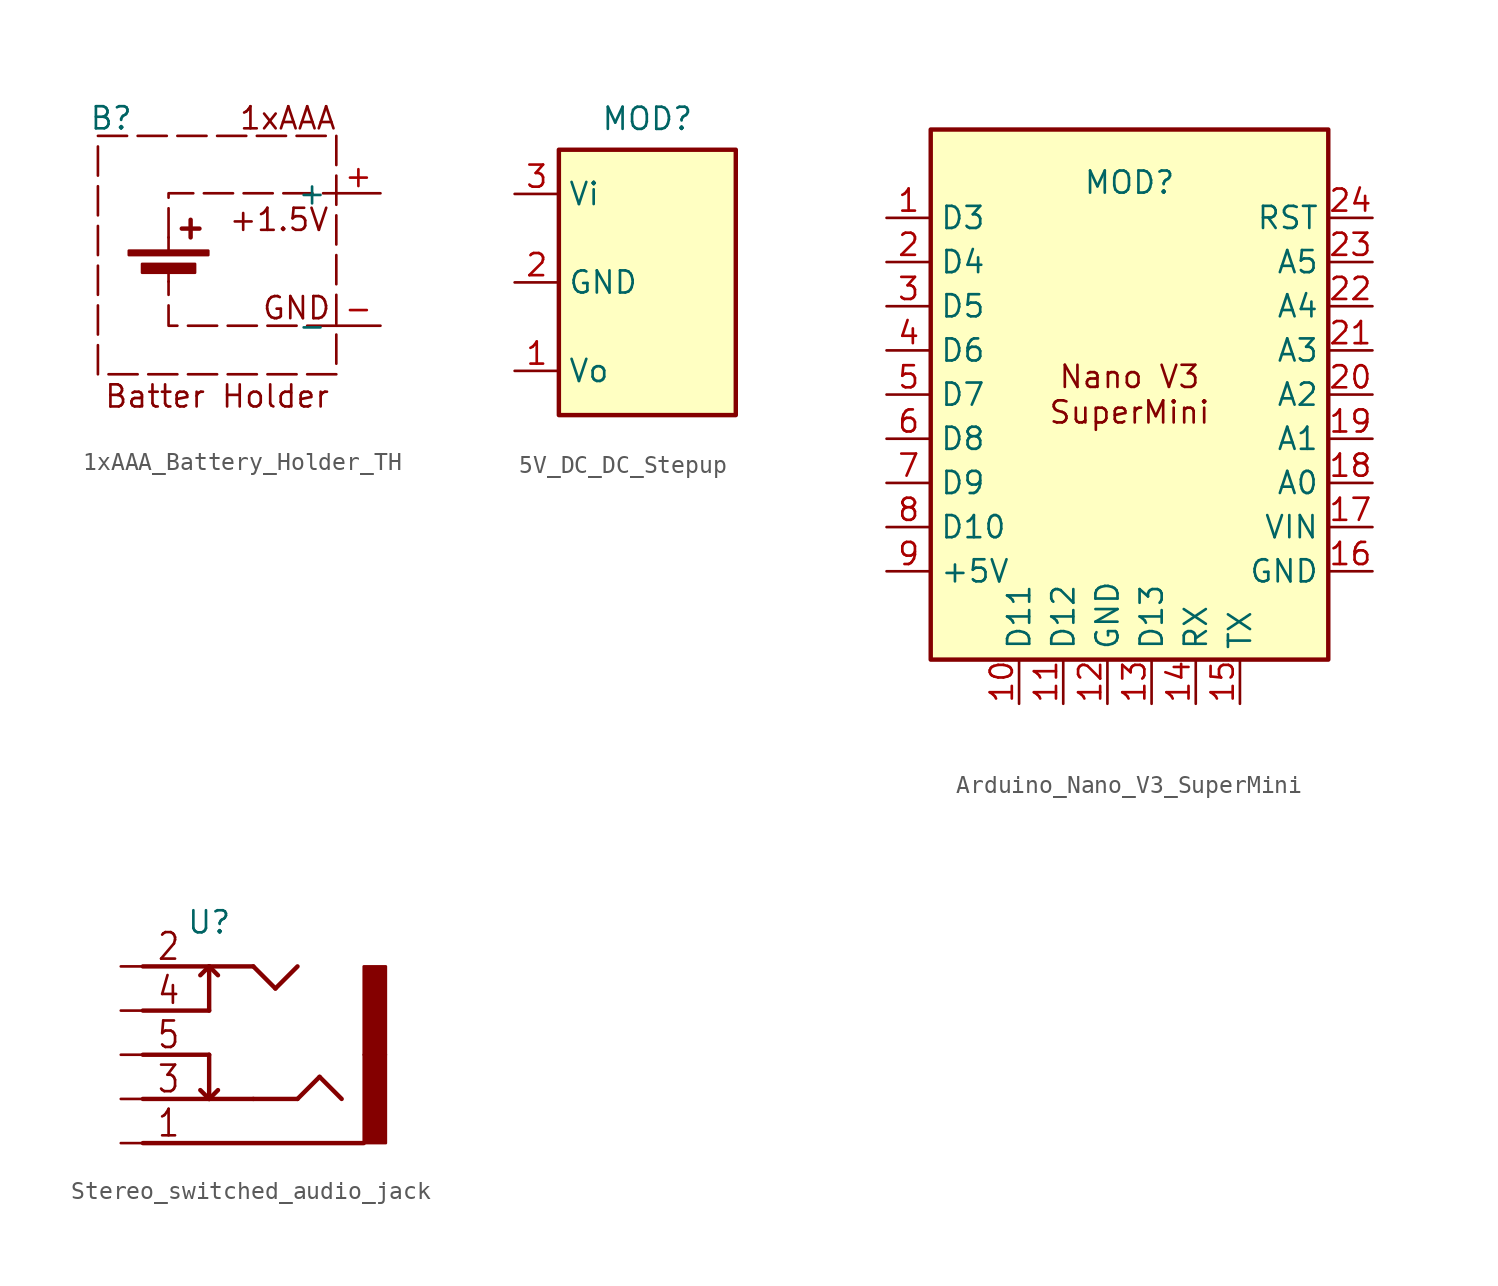
<source format=kicad_sym>
(kicad_symbol_lib
  (version 20231120)
  (generator "kicad_symbol_editor")
  (generator_version "8.0")
  (symbol "1xAAA_Battery_Holder_TH"
    (property "Reference" "B"
      (at -6.604 8.128 0)
      (effects (font (size 1.27 1.27))))
    (property "Value" ""
      (at 3.81 0 0)
      (effects (font (size 1.27 1.27))))
    (symbol "1xAAA_Battery_Holder_TH_0_1"
      (rectangle (start -5.588 0.508) (end -1.016 0.254) (stroke (width 0) (type default)) (fill (type outline)))
      (rectangle (start -4.826 -0.254) (end -1.778 -0.762) (stroke (width 0) (type default)) (fill (type outline)))
      (polyline (pts (xy -3.302 -0.508) (xy -3.302 -1.27)) (stroke (width 0) (type default)) (fill (type none)))
      (polyline (pts (xy -3.302 0.508) (xy -3.302 1.27)) (stroke (width 0) (type default)) (fill (type none)))
      (polyline (pts (xy -2.54 1.778) (xy -1.524 1.778)) (stroke (width 0.254) (type default)) (fill (type none)))
      (polyline (pts (xy -2.032 2.286) (xy -2.032 1.27)) (stroke (width 0.254) (type default)) (fill (type none))))
    (symbol "1xAAA_Battery_Holder_TH_1_1"
      (rectangle (start -7.366 7.112) (end 6.35 -6.604) (stroke (width 0) (type dash)) (fill (type none)))
      (polyline (pts (xy -3.302 1.27) (xy -3.302 3.81) (xy 6.35 3.81)) (stroke (width 0) (type default)) (fill (type none)))
      (polyline (pts (xy 6.35 -3.81) (xy -3.302 -3.81) (xy -3.302 -1.27)) (stroke (width 0) (type default)) (fill (type none)))
      (text "+1.5V" (at 3.048 2.286 0) (effects (font (size 1.27 1.27))))
      (text "1xAAA" (at 3.556 8.128 0) (effects (font (size 1.27 1.27))))
      (text "Batter Holder" (at -0.508 -7.874 0) (effects (font (size 1.27 1.27))))
      (text "GND" (at 4.064 -2.794 0) (effects (font (size 1.27 1.27))))
      (pin power_out line (at 8.89 3.81 180) (length 2.54) (name "+" (effects (font (size 1.27 1.27)))) (number "+" (effects (font (size 1.27 1.27)))))
      (pin power_out line (at 8.89 -3.81 180) (length 2.54) (name "-" (effects (font (size 1.27 1.27)))) (number "-" (effects (font (size 1.27 1.27)))))))
  (symbol "5V_DC_DC_Stepup"
    (property "Reference" "MOD"
      (at 0 9.398 0)
      (effects (font (size 1.27 1.27))))
    (property "Value" ""
      (at 0 10.16 0)
      (effects (font (size 1.27 1.27))))
    (symbol "5V_DC_DC_Stepup_0_1"
      (rectangle (start -5.08 7.62) (end 5.08 -7.62) (stroke (width 0.254) (type default)) (fill (type background))))
    (symbol "5V_DC_DC_Stepup_1_1"
      (pin power_out line (at -7.62 -5.08 0) (length 2.54) (name "Vo" (effects (font (size 1.27 1.27)))) (number "1" (effects (font (size 1.27 1.27)))))
      (pin power_in line (at -7.62 0 0) (length 2.54) (name "GND" (effects (font (size 1.27 1.27)))) (number "2" (effects (font (size 1.27 1.27)))))
      (pin power_in line (at -7.62 5.08 0) (length 2.54) (name "Vi" (effects (font (size 1.27 1.27)))) (number "3" (effects (font (size 1.27 1.27)))))))
  (symbol "Arduino_Nano_V3_SuperMini"
    (property "Reference" "MOD"
      (at 0 12.192 0)
      (effects (font (size 1.27 1.27))))
    (property "Value" ""
      (at 2.54 -8.89 0)
      (effects (font (size 1.27 1.27))))
    (symbol "Arduino_Nano_V3_SuperMini_0_1"
      (rectangle (start -11.43 15.24) (end 11.43 -15.24) (stroke (width 0.254) (type default)) (fill (type background))))
    (symbol "Arduino_Nano_V3_SuperMini_1_1"
      (text "Nano V3\nSuperMini" (at 0 0 0) (effects (font (size 1.27 1.27))))
      (pin bidirectional line (at -13.97 10.16 0) (length 2.54) (name "D3" (effects (font (size 1.27 1.27)))) (number "1" (effects (font (size 1.27 1.27)))))
      (pin bidirectional line (at -6.35 -17.78 90) (length 2.54) (name "D11" (effects (font (size 1.27 1.27)))) (number "10" (effects (font (size 1.27 1.27)))))
      (pin bidirectional line (at -3.81 -17.78 90) (length 2.54) (name "D12" (effects (font (size 1.27 1.27)))) (number "11" (effects (font (size 1.27 1.27)))))
      (pin power_in line (at -1.27 -17.78 90) (length 2.54) (name "GND" (effects (font (size 1.27 1.27)))) (number "12" (effects (font (size 1.27 1.27)))))
      (pin bidirectional line (at 1.27 -17.78 90) (length 2.54) (name "D13" (effects (font (size 1.27 1.27)))) (number "13" (effects (font (size 1.27 1.27)))))
      (pin bidirectional line (at 3.81 -17.78 90) (length 2.54) (name "RX" (effects (font (size 1.27 1.27)))) (number "14" (effects (font (size 1.27 1.27)))))
      (pin bidirectional line (at 6.35 -17.78 90) (length 2.54) (name "TX" (effects (font (size 1.27 1.27)))) (number "15" (effects (font (size 1.27 1.27)))))
      (pin power_in line (at 13.97 -10.16 180) (length 2.54) (name "GND" (effects (font (size 1.27 1.27)))) (number "16" (effects (font (size 1.27 1.27)))))
      (pin power_in line (at 13.97 -7.62 180) (length 2.54) (name "VIN" (effects (font (size 1.27 1.27)))) (number "17" (effects (font (size 1.27 1.27)))))
      (pin bidirectional line (at 13.97 -5.08 180) (length 2.54) (name "A0" (effects (font (size 1.27 1.27)))) (number "18" (effects (font (size 1.27 1.27)))))
      (pin bidirectional line (at 13.97 -2.54 180) (length 2.54) (name "A1" (effects (font (size 1.27 1.27)))) (number "19" (effects (font (size 1.27 1.27)))))
      (pin bidirectional line (at -13.97 7.62 0) (length 2.54) (name "D4" (effects (font (size 1.27 1.27)))) (number "2" (effects (font (size 1.27 1.27)))))
      (pin bidirectional line (at 13.97 0 180) (length 2.54) (name "A2" (effects (font (size 1.27 1.27)))) (number "20" (effects (font (size 1.27 1.27)))))
      (pin bidirectional line (at 13.97 2.54 180) (length 2.54) (name "A3" (effects (font (size 1.27 1.27)))) (number "21" (effects (font (size 1.27 1.27)))))
      (pin bidirectional line (at 13.97 5.08 180) (length 2.54) (name "A4" (effects (font (size 1.27 1.27)))) (number "22" (effects (font (size 1.27 1.27)))))
      (pin bidirectional line (at 13.97 7.62 180) (length 2.54) (name "A5" (effects (font (size 1.27 1.27)))) (number "23" (effects (font (size 1.27 1.27)))))
      (pin input line (at 13.97 10.16 180) (length 2.54) (name "RST" (effects (font (size 1.27 1.27)))) (number "24" (effects (font (size 1.27 1.27)))))
      (pin bidirectional line (at -13.97 5.08 0) (length 2.54) (name "D5" (effects (font (size 1.27 1.27)))) (number "3" (effects (font (size 1.27 1.27)))))
      (pin bidirectional line (at -13.97 2.54 0) (length 2.54) (name "D6" (effects (font (size 1.27 1.27)))) (number "4" (effects (font (size 1.27 1.27)))))
      (pin bidirectional line (at -13.97 0 0) (length 2.54) (name "D7" (effects (font (size 1.27 1.27)))) (number "5" (effects (font (size 1.27 1.27)))))
      (pin bidirectional line (at -13.97 -2.54 0) (length 2.54) (name "D8" (effects (font (size 1.27 1.27)))) (number "6" (effects (font (size 1.27 1.27)))))
      (pin bidirectional line (at -13.97 -5.08 0) (length 2.54) (name "D9" (effects (font (size 1.27 1.27)))) (number "7" (effects (font (size 1.27 1.27)))))
      (pin bidirectional line (at -13.97 -7.62 0) (length 2.54) (name "D10" (effects (font (size 1.27 1.27)))) (number "8" (effects (font (size 1.27 1.27)))))
      (pin power_out line (at -13.97 -10.16 0) (length 2.54) (name "+5V" (effects (font (size 1.27 1.27)))) (number "9" (effects (font (size 1.27 1.27)))))))
  (symbol "Stereo_switched_audio_jack"
    (property "Reference" "U"
      (at 0 6.35 0)
      (effects (font (size 1.27 1.27))))
    (property "Value" ""
      (at 0 0 0)
      (effects (font (size 1.27 1.27))))
    (symbol "Stereo_switched_audio_jack_1_0"
      (polyline (pts (xy -3.81 -3.81) (xy 0 -3.81)) (stroke (width 0.254) (type solid)) (fill (type none)))
      (polyline (pts (xy -3.81 3.81) (xy 2.54 3.81)) (stroke (width 0.254) (type solid)) (fill (type none)))
      (polyline (pts (xy -0.508 -3.302) (xy 0 -3.81)) (stroke (width 0.254) (type solid)) (fill (type none)))
      (polyline (pts (xy -0.508 3.302) (xy 0 3.81)) (stroke (width 0.254) (type solid)) (fill (type none)))
      (polyline (pts (xy 0 -3.81) (xy 0 -1.27)) (stroke (width 0.254) (type solid)) (fill (type none)))
      (polyline (pts (xy 0 -3.81) (xy 0.508 -3.302)) (stroke (width 0.254) (type solid)) (fill (type none)))
      (polyline (pts (xy 0 -1.27) (xy -3.81 -1.27)) (stroke (width 0.254) (type solid)) (fill (type none)))
      (polyline (pts (xy 0 1.27) (xy -3.81 1.27)) (stroke (width 0.254) (type solid)) (fill (type none)))
      (polyline (pts (xy 0 3.81) (xy 0 1.27)) (stroke (width 0.254) (type solid)) (fill (type none)))
      (polyline (pts (xy 0 3.81) (xy 0.508 3.302)) (stroke (width 0.254) (type solid)) (fill (type none)))
      (polyline (pts (xy 2.54 -3.81) (xy 5.08 -3.81)) (stroke (width 0.254) (type solid)) (fill (type none)))
      (polyline (pts (xy 2.54 3.81) (xy 3.81 2.54)) (stroke (width 0.254) (type solid)) (fill (type none)))
      (polyline (pts (xy 3.81 2.54) (xy 5.08 3.81)) (stroke (width 0.254) (type solid)) (fill (type none)))
      (polyline (pts (xy 5.08 -3.81) (xy 6.35 -2.54)) (stroke (width 0.254) (type solid)) (fill (type none)))
      (polyline (pts (xy 6.35 -2.54) (xy 7.62 -3.81)) (stroke (width 0.254) (type solid)) (fill (type none)))
      (polyline (pts (xy 8.89 -6.35) (xy -3.81 -6.35)) (stroke (width 0.254) (type solid)) (fill (type none)))
      (rectangle (start 8.89 -6.35) (end 10.16 -1.27) (stroke (width 0) (type default)) (fill (type outline)))
      (rectangle (start 8.89 -1.27) (end 10.16 3.81) (stroke (width 0) (type default)) (fill (type outline)))
      (text "1" (at -3.048 -6.096 0) (effects (font (size 1.524 1.295)) (justify left bottom)))
      (text "2" (at -3.048 4.064 0) (effects (font (size 1.524 1.295)) (justify left bottom)))
      (text "3" (at -3.048 -3.556 0) (effects (font (size 1.524 1.295)) (justify left bottom)))
      (text "4" (at -3.048 1.524 0) (effects (font (size 1.524 1.295)) (justify left bottom)))
      (text "5" (at -3.048 -1.016 0) (effects (font (size 1.524 1.295)) (justify left bottom)))
      (pin power_in line (at -5.08 -6.35 0) (length 2.54) (name "GND" (effects (font (size 0 0)))) (number "1" (effects (font (size 0 0)))))
      (pin passive line (at -5.08 3.81 0) (length 2.54) (name "Tip" (effects (font (size 0 0)))) (number "2" (effects (font (size 0 0)))))
      (pin passive line (at -5.08 -3.81 0) (length 2.54) (name "Ring" (effects (font (size 0 0)))) (number "3" (effects (font (size 0 0)))))
      (pin passive line (at -5.08 1.27 0) (length 2.54) (name "Tip_Switch" (effects (font (size 0 0)))) (number "4" (effects (font (size 0 0)))))
      (pin passive line (at -5.08 -1.27 0) (length 2.54) (name "Ring_Switch" (effects (font (size 0 0)))) (number "5" (effects (font (size 0 0))))))
    (symbol "Stereo_switched_audio_jack_1_1"
      (polyline (pts (xy 2.54 -3.81) (xy 0 -3.81)) (stroke (width 0.254) (type default)) (fill (type none))))))
</source>
